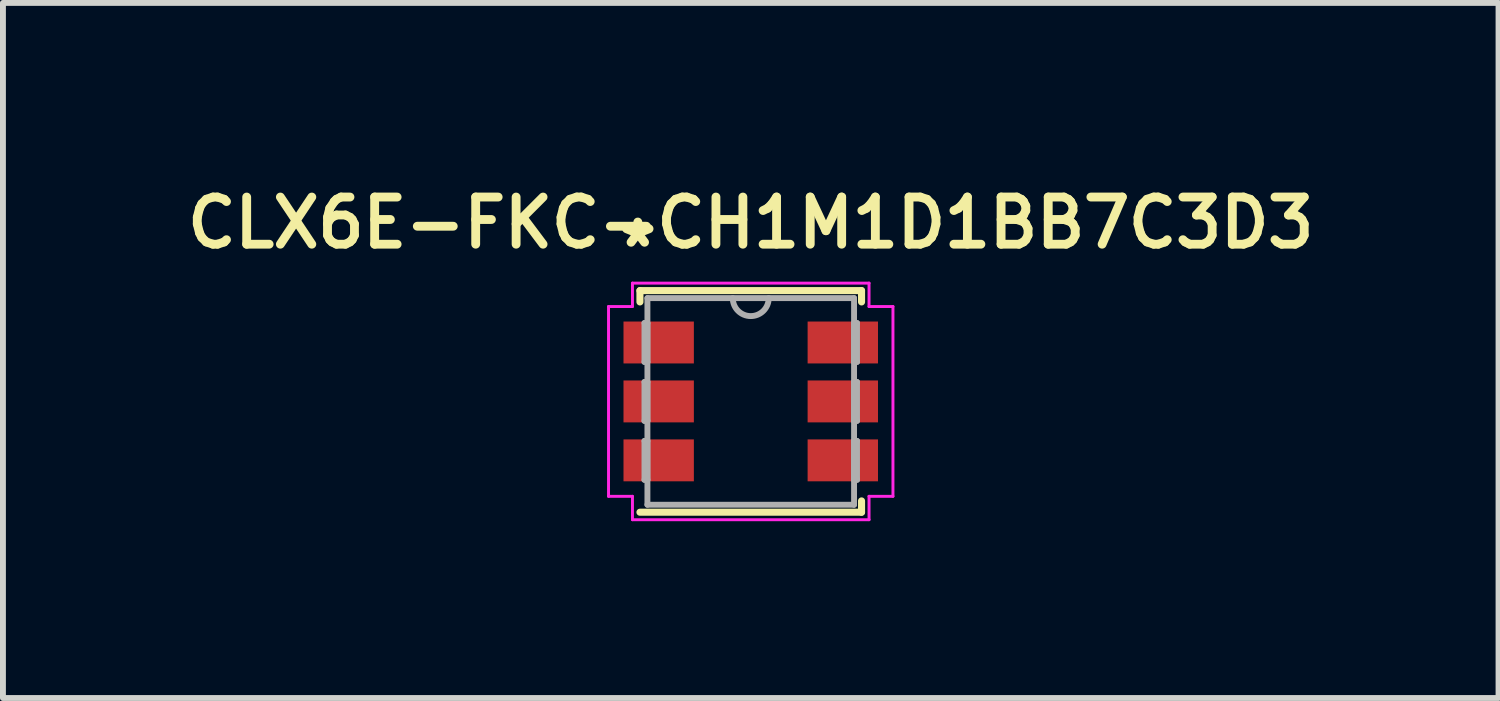
<source format=kicad_pcb>
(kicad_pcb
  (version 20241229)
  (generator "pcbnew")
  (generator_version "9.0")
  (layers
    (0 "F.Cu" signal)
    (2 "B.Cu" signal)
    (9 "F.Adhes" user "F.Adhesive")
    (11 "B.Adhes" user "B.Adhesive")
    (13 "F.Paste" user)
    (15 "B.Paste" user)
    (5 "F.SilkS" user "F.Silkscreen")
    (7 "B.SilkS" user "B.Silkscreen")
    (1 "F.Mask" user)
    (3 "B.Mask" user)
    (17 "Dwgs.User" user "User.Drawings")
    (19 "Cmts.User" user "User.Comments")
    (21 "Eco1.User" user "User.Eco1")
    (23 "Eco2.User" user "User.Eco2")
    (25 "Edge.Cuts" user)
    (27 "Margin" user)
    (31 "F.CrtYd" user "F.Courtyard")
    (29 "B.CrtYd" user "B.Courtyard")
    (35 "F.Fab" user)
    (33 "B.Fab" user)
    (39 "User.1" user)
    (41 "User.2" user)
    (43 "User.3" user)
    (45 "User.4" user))
  (footprint "CLX6E-FKC-CH1M1D1BB7C3D3"
    (layer "F.Cu")
    (at 9.688 3.761)
    (property "Reference" "CLX6E-FKC-CH1M1D1BB7C3D3" (at 0 -3.03 0) (layer "F.SilkS") (effects (font (size 0.8 0.8) (thickness 0.15))))
    (attr through_hole)
    (fp_line (start -1.88 -1.88) (end -1.88 -1.688) (stroke (width 0.12) (type solid)) (layer "F.SilkS"))
    (fp_line (start -1.88 1.88) (end 1.88 1.88) (stroke (width 0.12) (type solid)) (layer "F.SilkS"))
    (fp_line (start 1.88 -1.88) (end -1.88 -1.88) (stroke (width 0.12) (type solid)) (layer "F.SilkS"))
    (fp_line (start 1.88 -1.688) (end 1.88 -1.88) (stroke (width 0.12) (type solid)) (layer "F.SilkS"))
    (fp_line (start 1.88 1.88) (end 1.88 1.688) (stroke (width 0.12) (type solid)) (layer "F.SilkS"))
    (fp_line (start -2.413 -1.61) (end -2.007 -1.61) (stroke (width 0.05) (type solid)) (layer "F.CrtYd"))
    (fp_line (start -2.413 1.61) (end -2.413 -1.61) (stroke (width 0.05) (type solid)) (layer "F.CrtYd"))
    (fp_line (start -2.413 1.61) (end -2.007 1.61) (stroke (width 0.05) (type solid)) (layer "F.CrtYd"))
    (fp_line (start -2.007 -2.007) (end 2.007 -2.007) (stroke (width 0.05) (type solid)) (layer "F.CrtYd"))
    (fp_line (start -2.007 -1.61) (end -2.007 -2.007) (stroke (width 0.05) (type solid)) (layer "F.CrtYd"))
    (fp_line (start -2.007 2.007) (end -2.007 1.61) (stroke (width 0.05) (type solid)) (layer "F.CrtYd"))
    (fp_line (start 2.007 -2.007) (end 2.007 -1.61) (stroke (width 0.05) (type solid)) (layer "F.CrtYd"))
    (fp_line (start 2.007 1.61) (end 2.007 2.007) (stroke (width 0.05) (type solid)) (layer "F.CrtYd"))
    (fp_line (start 2.007 2.007) (end -2.007 2.007) (stroke (width 0.05) (type solid)) (layer "F.CrtYd"))
    (fp_line (start 2.413 -1.61) (end 2.007 -1.61) (stroke (width 0.05) (type solid)) (layer "F.CrtYd"))
    (fp_line (start 2.413 -1.61) (end 2.413 1.61) (stroke (width 0.05) (type solid)) (layer "F.CrtYd"))
    (fp_line (start 2.413 1.61) (end 2.007 1.61) (stroke (width 0.05) (type solid)) (layer "F.CrtYd"))
    (fp_line (start -1.803 -1.33) (end -1.803 -0.67) (stroke (width 0.1) (type solid)) (layer "F.Fab"))
    (fp_line (start -1.803 -0.67) (end -1.753 -0.67) (stroke (width 0.1) (type solid)) (layer "F.Fab"))
    (fp_line (start -1.803 -0.33) (end -1.803 0.33) (stroke (width 0.1) (type solid)) (layer "F.Fab"))
    (fp_line (start -1.803 0.33) (end -1.753 0.33) (stroke (width 0.1) (type solid)) (layer "F.Fab"))
    (fp_line (start -1.803 0.67) (end -1.803 1.33) (stroke (width 0.1) (type solid)) (layer "F.Fab"))
    (fp_line (start -1.803 1.33) (end -1.753 1.33) (stroke (width 0.1) (type solid)) (layer "F.Fab"))
    (fp_line (start -1.753 -1.753) (end -1.753 1.753) (stroke (width 0.1) (type solid)) (layer "F.Fab"))
    (fp_line (start -1.753 -1.33) (end -1.803 -1.33) (stroke (width 0.1) (type solid)) (layer "F.Fab"))
    (fp_line (start -1.753 -0.67) (end -1.753 -1.33) (stroke (width 0.1) (type solid)) (layer "F.Fab"))
    (fp_line (start -1.753 -0.33) (end -1.803 -0.33) (stroke (width 0.1) (type solid)) (layer "F.Fab"))
    (fp_line (start -1.753 0.33) (end -1.753 -0.33) (stroke (width 0.1) (type solid)) (layer "F.Fab"))
    (fp_line (start -1.753 0.67) (end -1.803 0.67) (stroke (width 0.1) (type solid)) (layer "F.Fab"))
    (fp_line (start -1.753 1.33) (end -1.753 0.67) (stroke (width 0.1) (type solid)) (layer "F.Fab"))
    (fp_line (start -1.753 1.753) (end 1.753 1.753) (stroke (width 0.1) (type solid)) (layer "F.Fab"))
    (fp_line (start 1.753 -1.753) (end -1.753 -1.753) (stroke (width 0.1) (type solid)) (layer "F.Fab"))
    (fp_line (start 1.753 -1.33) (end 1.753 -0.67) (stroke (width 0.1) (type solid)) (layer "F.Fab"))
    (fp_line (start 1.753 -0.67) (end 1.803 -0.67) (stroke (width 0.1) (type solid)) (layer "F.Fab"))
    (fp_line (start 1.753 -0.33) (end 1.753 0.33) (stroke (width 0.1) (type solid)) (layer "F.Fab"))
    (fp_line (start 1.753 0.33) (end 1.803 0.33) (stroke (width 0.1) (type solid)) (layer "F.Fab"))
    (fp_line (start 1.753 0.67) (end 1.753 1.33) (stroke (width 0.1) (type solid)) (layer "F.Fab"))
    (fp_line (start 1.753 1.33) (end 1.803 1.33) (stroke (width 0.1) (type solid)) (layer "F.Fab"))
    (fp_line (start 1.753 1.753) (end 1.753 -1.753) (stroke (width 0.1) (type solid)) (layer "F.Fab"))
    (fp_line (start 1.803 -1.33) (end 1.753 -1.33) (stroke (width 0.1) (type solid)) (layer "F.Fab"))
    (fp_line (start 1.803 -0.67) (end 1.803 -1.33) (stroke (width 0.1) (type solid)) (layer "F.Fab"))
    (fp_line (start 1.803 -0.33) (end 1.753 -0.33) (stroke (width 0.1) (type solid)) (layer "F.Fab"))
    (fp_line (start 1.803 0.33) (end 1.803 -0.33) (stroke (width 0.1) (type solid)) (layer "F.Fab"))
    (fp_line (start 1.803 0.67) (end 1.753 0.67) (stroke (width 0.1) (type solid)) (layer "F.Fab"))
    (fp_line (start 1.803 1.33) (end 1.803 0.67) (stroke (width 0.1) (type solid)) (layer "F.Fab"))
    (fp_arc (start 0.3048 -1.7526) (mid 0 -1.4478) (end -0.3048 -1.7526) (stroke (width 0.1) (type solid)) (layer "F.Fab"))
    (fp_text user "*" (at -1.916 -2.606 0) (layer "F.SilkS") (effects (font (size 0.8 0.8) (thickness 0.15))))
    (pad "1" smd rect (at -1.562 -1) (size 1.194 0.711) (layers "F.Cu" "F.Mask" "F.Paste"))
    (pad "2" smd rect (at -1.562 0) (size 1.194 0.711) (layers "F.Cu" "F.Mask" "F.Paste"))
    (pad "3" smd rect (at -1.562 1) (size 1.194 0.711) (layers "F.Cu" "F.Mask" "F.Paste"))
    (pad "4" smd rect (at 1.562 1) (size 1.194 0.711) (layers "F.Cu" "F.Mask" "F.Paste"))
    (pad "5" smd rect (at 1.562 0) (size 1.194 0.711) (layers "F.Cu" "F.Mask" "F.Paste"))
    (pad "6" smd rect (at 1.562 -1) (size 1.194 0.711) (layers "F.Cu" "F.Mask" "F.Paste")))
  (gr_rect
    (start -3 -3)
    (end 22.376 8.793)
    (stroke (width 0.1) (type default))
    (fill no)
    (layer "Edge.Cuts")))
</source>
